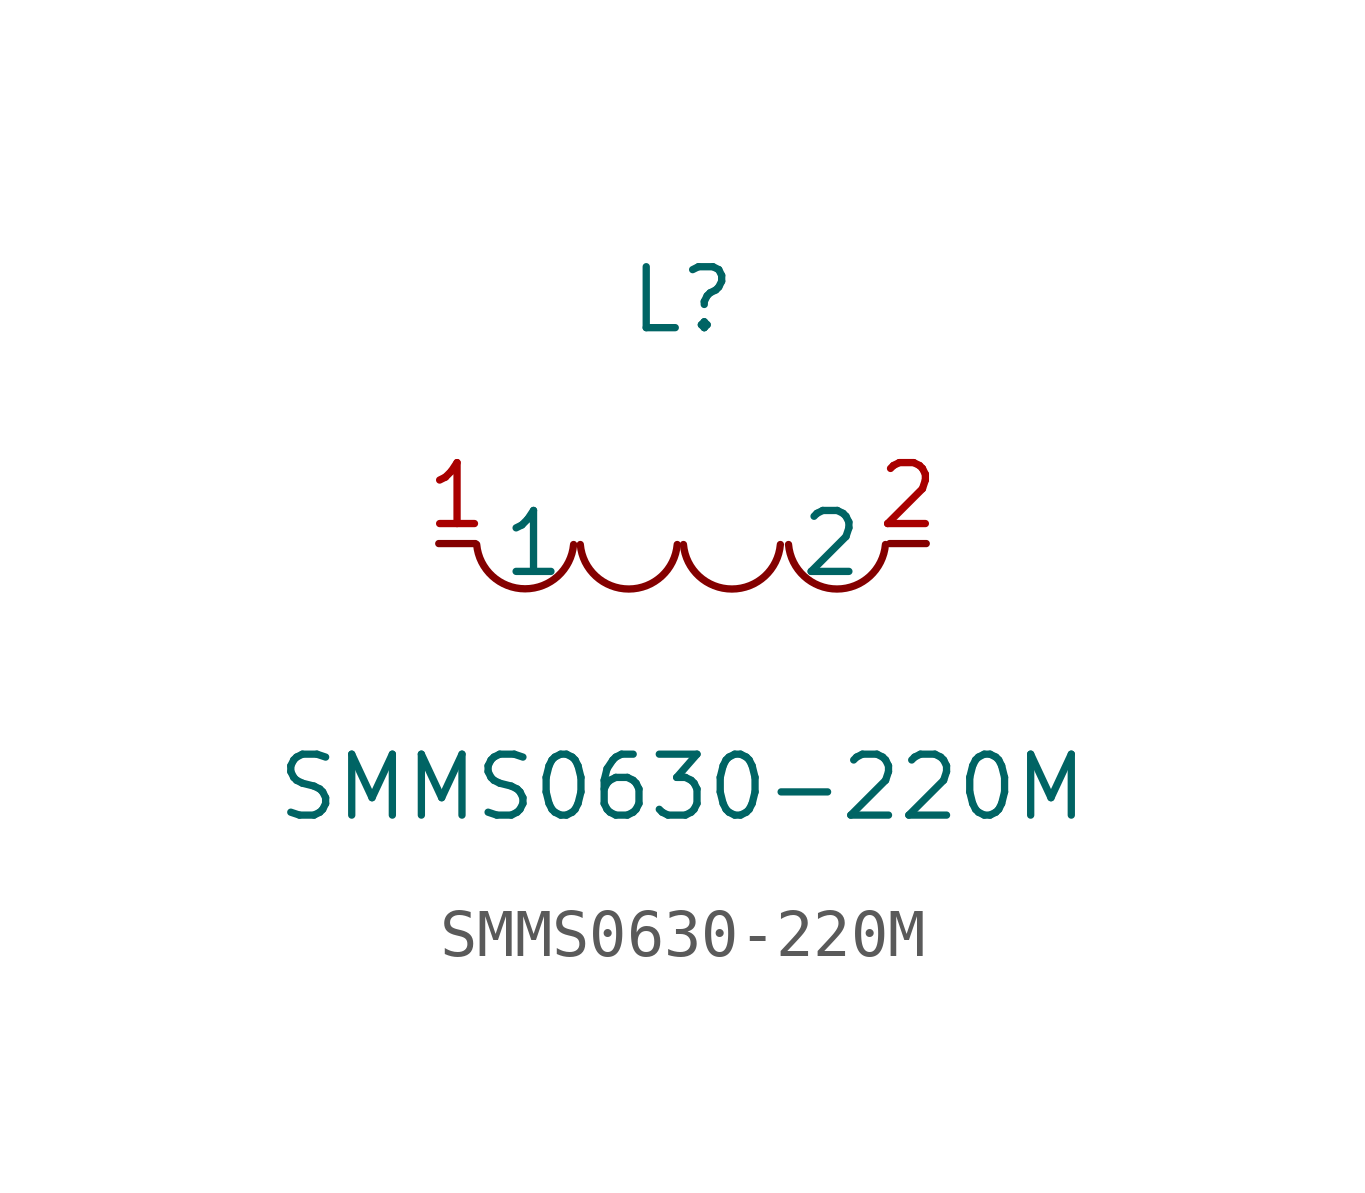
<source format=kicad_sym>
(kicad_symbol_lib
  (version 1)
  (generator "faebryk")
  (symbol "SMMS0630-220M"
    (property "Reference" "L"
      (at 0 5.08 0)
      (effects (font (size 1.27 1.27)) (hide no)))
    (property "Value" "SMMS0630-220M"
      (at 0 -5.08 0)
      (effects (font (size 1.27 1.27)) (hide no)))
    (symbol "SMMS0630-220M_0_1"
      (arc (start -4.29 -0.02) (mid -2.81 -1.01) (end -2.27 -0.02) (stroke (width 0) (type default) (color 0 0 0 0)) (fill (type none)))
      (arc (start -2.13 -0.02) (mid -0.66 -1.01) (end -0.11 -0.02) (stroke (width 0) (type default) (color 0 0 0 0)) (fill (type none)))
      (arc (start 0.02 -0.02) (mid 1.49 -1.01) (end 2.04 -0.02) (stroke (width 0) (type default) (color 0 0 0 0)) (fill (type none)))
      (arc (start 2.21 -0.02) (mid 3.68 -1.01) (end 4.23 -0.02) (stroke (width 0) (type default) (color 0 0 0 0)) (fill (type none)))
      (pin unspecified line (at 5.08 0 180) (length 0.762) (name "2" (effects (font (size 1.27 1.27)) (hide no))) (number "2" (effects (font (size 1.27 1.27)) (hide no))))
      (pin unspecified line (at -5.08 0 0) (length 0.762) (name "1" (effects (font (size 1.27 1.27)) (hide no))) (number "1" (effects (font (size 1.27 1.27)) (hide no)))))))
</source>
